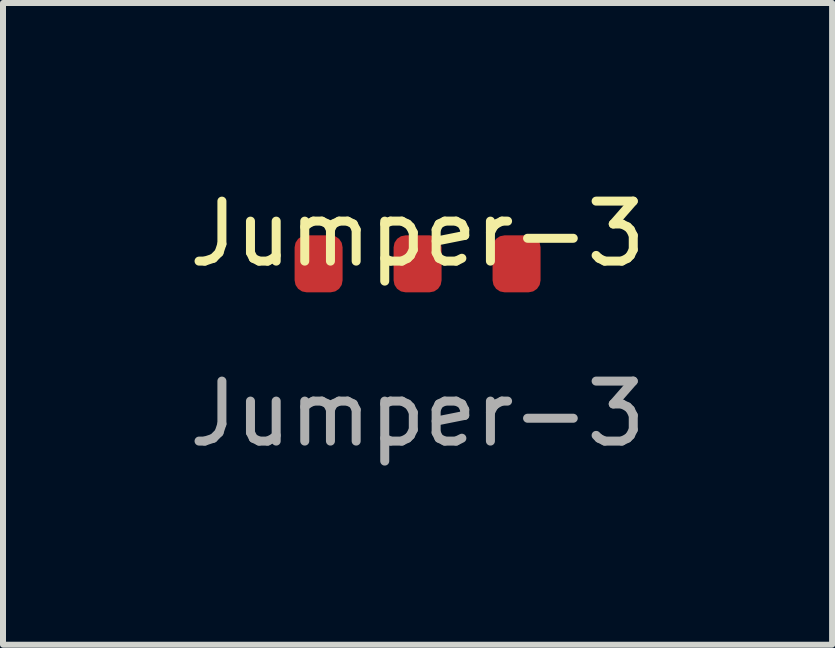
<source format=kicad_pcb>
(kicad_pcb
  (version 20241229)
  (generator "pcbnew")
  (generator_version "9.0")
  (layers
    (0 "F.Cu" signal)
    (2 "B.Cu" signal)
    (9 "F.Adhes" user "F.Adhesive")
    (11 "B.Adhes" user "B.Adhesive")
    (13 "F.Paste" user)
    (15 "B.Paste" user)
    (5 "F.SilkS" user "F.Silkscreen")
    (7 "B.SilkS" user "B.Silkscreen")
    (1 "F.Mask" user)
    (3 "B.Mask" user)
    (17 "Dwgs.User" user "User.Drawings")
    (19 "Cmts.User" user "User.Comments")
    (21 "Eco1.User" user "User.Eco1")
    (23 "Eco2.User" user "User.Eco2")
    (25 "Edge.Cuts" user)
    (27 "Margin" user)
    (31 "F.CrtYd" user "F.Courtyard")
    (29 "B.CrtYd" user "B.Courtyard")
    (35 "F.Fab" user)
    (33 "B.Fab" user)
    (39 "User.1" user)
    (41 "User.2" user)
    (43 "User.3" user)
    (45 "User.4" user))
  (footprint "Jumper-3"
    (layer "F.Cu")
    (at 3.911 1.348)
    (property "Reference" "Jumper-3" (at 0 -0.5 0) (unlocked yes) (layer "F.SilkS") (effects (font (size 1 1) (thickness 0.15))))
    (attr smd)
    (fp_text user "${REFERENCE}" (at 0 2.5 0) (unlocked yes) (layer "F.Fab") (effects (font (size 1 1) (thickness 0.15))))
    (pad "1" smd roundrect (at -1.65 0) (size 0.8 0.95) (layers "F.Cu" "F.Mask" "F.Paste") (roundrect_rratio 0.25))
    (pad "2" smd roundrect (at 0 0) (size 0.8 0.95) (layers "F.Cu" "F.Mask" "F.Paste") (roundrect_rratio 0.25))
    (pad "3" smd roundrect (at 1.65 0) (size 0.8 0.95) (layers "F.Cu" "F.Mask" "F.Paste") (roundrect_rratio 0.25)))
  (gr_rect
    (start -3 -3)
    (end 10.821 7.697)
    (stroke (width 0.1) (type default))
    (fill no)
    (layer "Edge.Cuts")))
</source>
